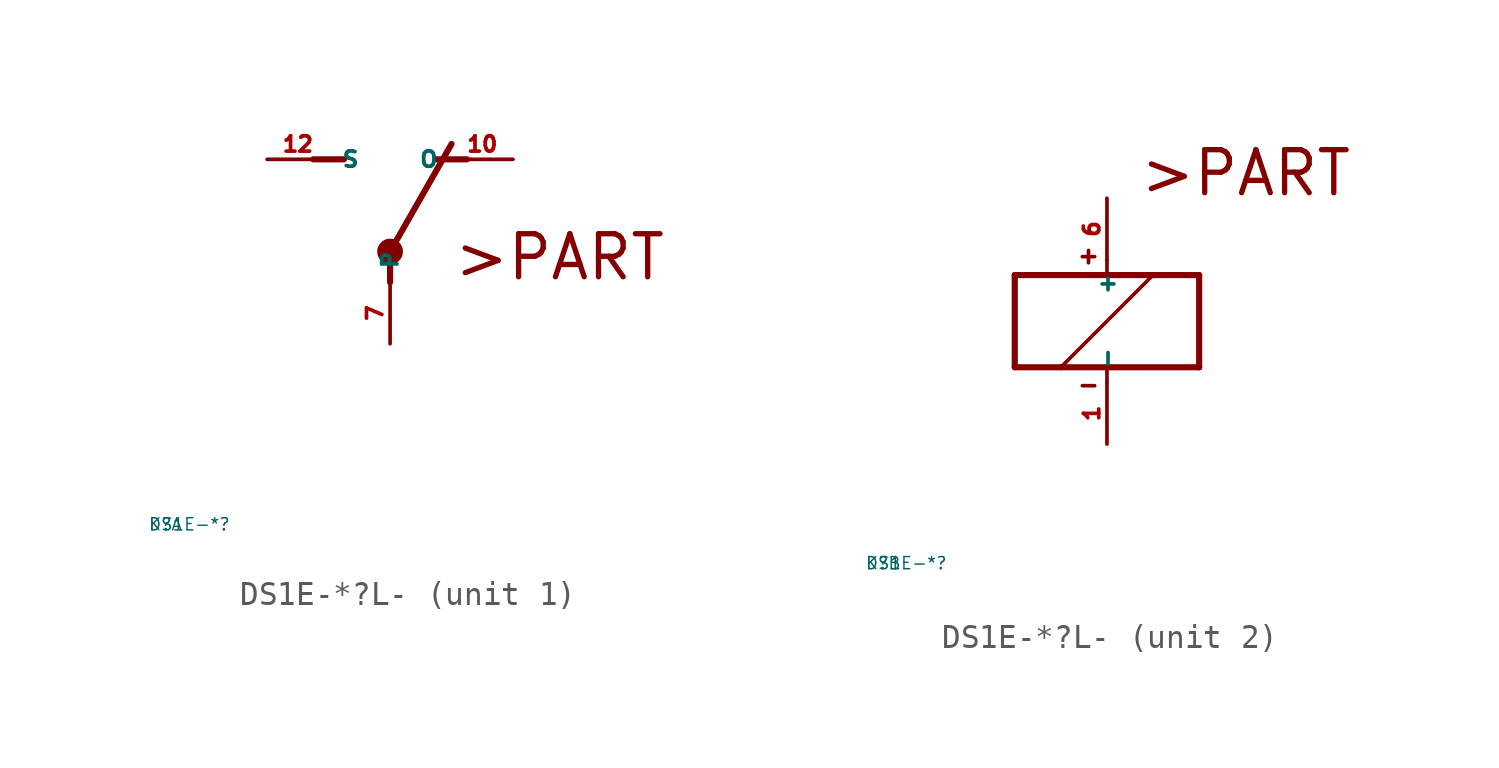
<source format=kicad_sym>
(kicad_symbol_lib
  (version 20220914)
  (generator Eagle2Kicad)
  (symbol "DS1E-*?L-"
    (property "Reference" "K"
      (at -10 -10 0)
      (effects (font (size 0.5 0.5) (thickness 0.06)) (justify left)))
    (property "Value" "DS1E-*?"
      (at -10 -10 0)
      (effects (font (size 0.5 0.5) (thickness 0.06)) (justify left)))
    (symbol "DS1E-*?L-_1_0"
      (polyline (pts (xy 3.175 5.08) (xy 1.905 5.08)) (stroke (width 0.254) (type default)) (fill (type none)))
      (polyline (pts (xy -3.175 5.08) (xy -1.905 5.08)) (stroke (width 0.254) (type default)) (fill (type none)))
      (polyline (pts (xy 0 1.27) (xy 2.54 5.715)) (stroke (width 0.254) (type default)) (fill (type none)))
      (polyline (pts (xy 0 1.27) (xy 0 0)) (stroke (width 0.254) (type default)) (fill (type none)))
      (text ">PART" (at 2.54 0 0) (effects (font (size 1.778 1.778) (thickness 0.22)) (justify left bottom)))
      (circle (center 0 1.27) (radius 0.127) (stroke (width 0.406) (type default)) (fill (type none)))
      (pin passive line (at 5.08 5.08 180) (length 2.54) (name "O" (effects (font (size 0.635 0.635) (thickness 0.08)) (justify left bottom))) (number "10" (effects (font (size 0.635 0.635) (thickness 0.08)) (justify left bottom))))
      (pin passive line (at -5.08 5.08 0) (length 2.54) (name "S" (effects (font (size 0.635 0.635) (thickness 0.08)) (justify left bottom))) (number "12" (effects (font (size 0.635 0.635) (thickness 0.08)) (justify left bottom))))
      (pin passive line (at 0 -2.54 90) (length 2.54) (name "P" (effects (font (size 0.635 0.635) (thickness 0.08)) (justify left bottom))) (number "7" (effects (font (size 0.635 0.635) (thickness 0.08)) (justify left bottom)))))
    (symbol "DS1E-*?L-_2_0"
      (polyline (pts (xy -3.81 -1.905) (xy -1.905 -1.905)) (stroke (width 0.254) (type default)) (fill (type none)))
      (polyline (pts (xy 3.81 -1.905) (xy 3.81 1.905)) (stroke (width 0.254) (type default)) (fill (type none)))
      (polyline (pts (xy 3.81 1.905) (xy 1.905 1.905)) (stroke (width 0.254) (type default)) (fill (type none)))
      (polyline (pts (xy -3.81 1.905) (xy -3.81 -1.905)) (stroke (width 0.254) (type default)) (fill (type none)))
      (polyline (pts (xy 0 -2.54) (xy 0 -1.905)) (stroke (width 0.152) (type default)) (fill (type none)))
      (polyline (pts (xy 0 -1.905) (xy 3.81 -1.905)) (stroke (width 0.254) (type default)) (fill (type none)))
      (polyline (pts (xy 0 2.54) (xy 0 1.905)) (stroke (width 0.152) (type default)) (fill (type none)))
      (polyline (pts (xy 0 1.905) (xy -3.81 1.905)) (stroke (width 0.254) (type default)) (fill (type none)))
      (polyline (pts (xy -1.905 -1.905) (xy 1.905 1.905)) (stroke (width 0.152) (type default)) (fill (type none)))
      (polyline (pts (xy -1.905 -1.905) (xy 0 -1.905)) (stroke (width 0.254) (type default)) (fill (type none)))
      (polyline (pts (xy 1.905 1.905) (xy 0 1.905)) (stroke (width 0.254) (type default)) (fill (type none)))
      (polyline (pts (xy -1.016 2.667) (xy -0.508 2.667)) (stroke (width 0.152) (type default)) (fill (type none)))
      (polyline (pts (xy -0.762 2.921) (xy -0.762 2.413)) (stroke (width 0.152) (type default)) (fill (type none)))
      (polyline (pts (xy -1.016 -2.667) (xy -0.508 -2.667)) (stroke (width 0.152) (type default)) (fill (type none)))
      (text ">PART" (at 1.27 5.08 0) (effects (font (size 1.778 1.778) (thickness 0.22)) (justify left bottom)))
      (pin passive line (at 0 -5.08 90) (length 2.54) (name "-" (effects (font (size 0.635 0.635) (thickness 0.08)) (justify left bottom))) (number "1" (effects (font (size 0.635 0.635) (thickness 0.08)) (justify left bottom))))
      (pin passive line (at 0 5.08 270) (length 2.54) (name "+" (effects (font (size 0.635 0.635) (thickness 0.08)) (justify left bottom))) (number "6" (effects (font (size 0.635 0.635) (thickness 0.08)) (justify left bottom)))))))
</source>
